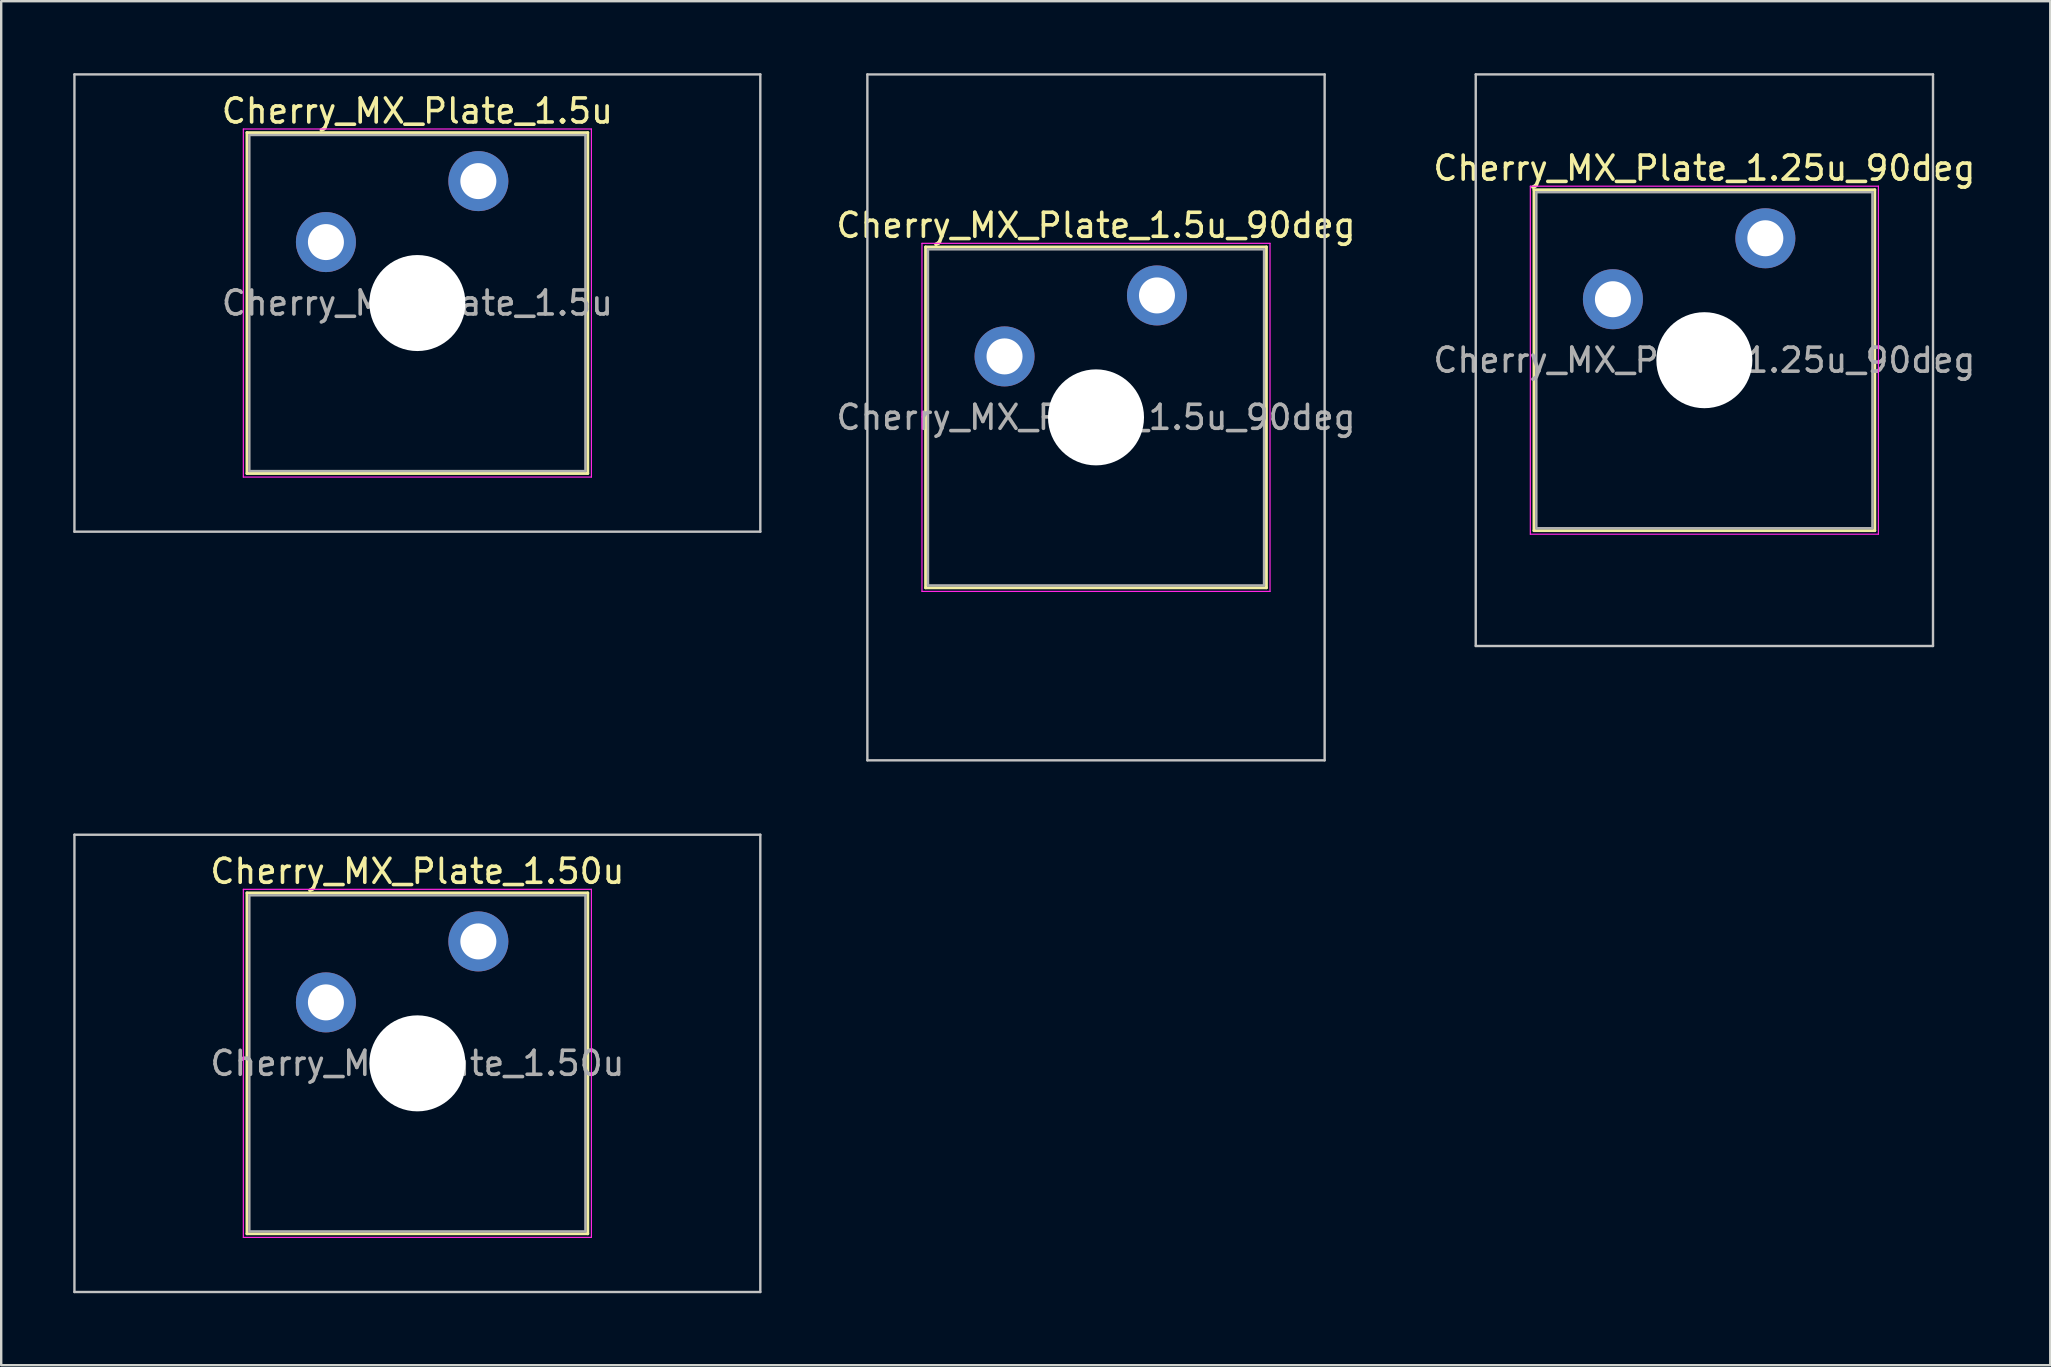
<source format=kicad_pcb>
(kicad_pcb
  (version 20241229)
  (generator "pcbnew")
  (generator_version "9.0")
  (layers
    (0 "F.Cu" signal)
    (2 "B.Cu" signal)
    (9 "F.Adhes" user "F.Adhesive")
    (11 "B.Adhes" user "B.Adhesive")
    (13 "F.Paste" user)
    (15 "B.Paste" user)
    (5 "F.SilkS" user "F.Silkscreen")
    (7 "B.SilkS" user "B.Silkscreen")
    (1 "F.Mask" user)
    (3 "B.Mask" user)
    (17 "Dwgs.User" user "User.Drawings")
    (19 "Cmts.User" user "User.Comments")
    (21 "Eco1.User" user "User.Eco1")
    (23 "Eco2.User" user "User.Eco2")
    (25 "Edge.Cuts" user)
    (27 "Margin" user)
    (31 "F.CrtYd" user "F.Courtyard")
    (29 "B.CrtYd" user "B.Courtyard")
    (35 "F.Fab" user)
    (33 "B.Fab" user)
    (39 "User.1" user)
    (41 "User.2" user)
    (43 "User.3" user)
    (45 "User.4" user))
  (footprint "Cherry_MX_Plate_1.5u"
    (layer "F.Cu")
    (at 14.338 9.575)
    (property "Reference" "Cherry_MX_Plate_1.5u" (at 0 -8 0) (layer "F.SilkS") (effects (font (size 1 1) (thickness 0.15))))
    (attr through_hole)
    (fp_line (start -7.1 -7.1) (end -7.1 7.1) (stroke (width 0.12) (type solid)) (layer "F.SilkS"))
    (fp_line (start -7.1 7.1) (end 7.1 7.1) (stroke (width 0.12) (type solid)) (layer "F.SilkS"))
    (fp_line (start 7.1 -7.1) (end -7.1 -7.1) (stroke (width 0.12) (type solid)) (layer "F.SilkS"))
    (fp_line (start 7.1 7.1) (end 7.1 -7.1) (stroke (width 0.12) (type solid)) (layer "F.SilkS"))
    (fp_line (start -14.287 -9.525) (end -14.287 9.525) (stroke (width 0.1) (type solid)) (layer "Dwgs.User"))
    (fp_line (start -14.287 9.525) (end 14.287 9.525) (stroke (width 0.1) (type solid)) (layer "Dwgs.User"))
    (fp_line (start 14.287 -9.525) (end -14.287 -9.525) (stroke (width 0.1) (type solid)) (layer "Dwgs.User"))
    (fp_line (start 14.287 9.525) (end 14.287 -9.525) (stroke (width 0.1) (type solid)) (layer "Dwgs.User"))
    (fp_line (start -7 -7) (end -7 7) (stroke (width 0.1) (type solid)) (layer "Eco1.User"))
    (fp_line (start -7 7) (end 7 7) (stroke (width 0.1) (type solid)) (layer "Eco1.User"))
    (fp_line (start 7 -7) (end -7 -7) (stroke (width 0.1) (type solid)) (layer "Eco1.User"))
    (fp_line (start 7 7) (end 7 -7) (stroke (width 0.1) (type solid)) (layer "Eco1.User"))
    (fp_line (start -7.25 -7.25) (end -7.25 7.25) (stroke (width 0.05) (type solid)) (layer "F.CrtYd"))
    (fp_line (start -7.25 7.25) (end 7.25 7.25) (stroke (width 0.05) (type solid)) (layer "F.CrtYd"))
    (fp_line (start 7.25 -7.25) (end -7.25 -7.25) (stroke (width 0.05) (type solid)) (layer "F.CrtYd"))
    (fp_line (start 7.25 7.25) (end 7.25 -7.25) (stroke (width 0.05) (type solid)) (layer "F.CrtYd"))
    (fp_line (start -7 -7) (end -7 7) (stroke (width 0.1) (type solid)) (layer "F.Fab"))
    (fp_line (start -7 7) (end 7 7) (stroke (width 0.1) (type solid)) (layer "F.Fab"))
    (fp_line (start 7 -7) (end -7 -7) (stroke (width 0.1) (type solid)) (layer "F.Fab"))
    (fp_line (start 7 7) (end 7 -7) (stroke (width 0.1) (type solid)) (layer "F.Fab"))
    (fp_text user "${REFERENCE}" (at 0 0 0) (layer "F.Fab") (effects (font (size 1 1) (thickness 0.15))))
    (pad "" np_thru_hole circle (at 0 0) (size 4 4) (drill 4) (layers "*.Cu" "*.Mask"))
    (pad "1" thru_hole circle (at -3.81 -2.54) (size 2.5 2.5) (drill 1.5) (layers "*.Cu" "*.Mask"))
    (pad "2" thru_hole circle (at 2.54 -5.08) (size 2.5 2.5) (drill 1.5) (layers "*.Cu" "*.Mask")))
  (footprint "Cherry_MX_Plate_1.5u_90deg"
    (layer "F.Cu")
    (at 42.61 14.338)
    (property "Reference" "Cherry_MX_Plate_1.5u_90deg" (at 0 -8 0) (layer "F.SilkS") (effects (font (size 1 1) (thickness 0.15))))
    (attr through_hole)
    (fp_line (start -7.1 -7.1) (end -7.1 7.1) (stroke (width 0.12) (type solid)) (layer "F.SilkS"))
    (fp_line (start -7.1 7.1) (end 7.1 7.1) (stroke (width 0.12) (type solid)) (layer "F.SilkS"))
    (fp_line (start 7.1 -7.1) (end -7.1 -7.1) (stroke (width 0.12) (type solid)) (layer "F.SilkS"))
    (fp_line (start 7.1 7.1) (end 7.1 -7.1) (stroke (width 0.12) (type solid)) (layer "F.SilkS"))
    (fp_line (start -9.525 -14.287) (end 9.525 -14.287) (stroke (width 0.1) (type solid)) (layer "Dwgs.User"))
    (fp_line (start -9.525 14.287) (end -9.525 -14.287) (stroke (width 0.1) (type solid)) (layer "Dwgs.User"))
    (fp_line (start 9.525 -14.287) (end 9.525 14.287) (stroke (width 0.1) (type solid)) (layer "Dwgs.User"))
    (fp_line (start 9.525 14.287) (end -9.525 14.287) (stroke (width 0.1) (type solid)) (layer "Dwgs.User"))
    (fp_line (start -7 -7) (end -7 7) (stroke (width 0.1) (type solid)) (layer "Eco1.User"))
    (fp_line (start -7 7) (end 7 7) (stroke (width 0.1) (type solid)) (layer "Eco1.User"))
    (fp_line (start 7 -7) (end -7 -7) (stroke (width 0.1) (type solid)) (layer "Eco1.User"))
    (fp_line (start 7 7) (end 7 -7) (stroke (width 0.1) (type solid)) (layer "Eco1.User"))
    (fp_line (start -7.25 -7.25) (end -7.25 7.25) (stroke (width 0.05) (type solid)) (layer "F.CrtYd"))
    (fp_line (start -7.25 7.25) (end 7.25 7.25) (stroke (width 0.05) (type solid)) (layer "F.CrtYd"))
    (fp_line (start 7.25 -7.25) (end -7.25 -7.25) (stroke (width 0.05) (type solid)) (layer "F.CrtYd"))
    (fp_line (start 7.25 7.25) (end 7.25 -7.25) (stroke (width 0.05) (type solid)) (layer "F.CrtYd"))
    (fp_line (start -7 -7) (end -7 7) (stroke (width 0.1) (type solid)) (layer "F.Fab"))
    (fp_line (start -7 7) (end 7 7) (stroke (width 0.1) (type solid)) (layer "F.Fab"))
    (fp_line (start 7 -7) (end -7 -7) (stroke (width 0.1) (type solid)) (layer "F.Fab"))
    (fp_line (start 7 7) (end 7 -7) (stroke (width 0.1) (type solid)) (layer "F.Fab"))
    (fp_text user "${REFERENCE}" (at 0 0 0) (layer "F.Fab") (effects (font (size 1 1) (thickness 0.15))))
    (pad "" np_thru_hole circle (at 0 0) (size 4 4) (drill 4) (layers "*.Cu" "*.Mask"))
    (pad "1" thru_hole circle (at -3.81 -2.54) (size 2.5 2.5) (drill 1.5) (layers "*.Cu" "*.Mask"))
    (pad "2" thru_hole circle (at 2.54 -5.08) (size 2.5 2.5) (drill 1.5) (layers "*.Cu" "*.Mask")))
  (footprint "Cherry_MX_Plate_1.50u"
    (layer "F.Cu")
    (at 14.338 41.25)
    (property "Reference" "Cherry_MX_Plate_1.50u" (at 0 -8 0) (layer "F.SilkS") (effects (font (size 1 1) (thickness 0.15))))
    (attr through_hole)
    (fp_line (start -7.1 -7.1) (end -7.1 7.1) (stroke (width 0.12) (type solid)) (layer "F.SilkS"))
    (fp_line (start -7.1 7.1) (end 7.1 7.1) (stroke (width 0.12) (type solid)) (layer "F.SilkS"))
    (fp_line (start 7.1 -7.1) (end -7.1 -7.1) (stroke (width 0.12) (type solid)) (layer "F.SilkS"))
    (fp_line (start 7.1 7.1) (end 7.1 -7.1) (stroke (width 0.12) (type solid)) (layer "F.SilkS"))
    (fp_line (start -14.287 -9.525) (end -14.287 9.525) (stroke (width 0.1) (type solid)) (layer "Dwgs.User"))
    (fp_line (start -14.287 9.525) (end 14.287 9.525) (stroke (width 0.1) (type solid)) (layer "Dwgs.User"))
    (fp_line (start 14.287 -9.525) (end -14.287 -9.525) (stroke (width 0.1) (type solid)) (layer "Dwgs.User"))
    (fp_line (start 14.287 9.525) (end 14.287 -9.525) (stroke (width 0.1) (type solid)) (layer "Dwgs.User"))
    (fp_line (start -7 -7) (end -7 7) (stroke (width 0.1) (type solid)) (layer "Eco1.User"))
    (fp_line (start -7 7) (end 7 7) (stroke (width 0.1) (type solid)) (layer "Eco1.User"))
    (fp_line (start 7 -7) (end -7 -7) (stroke (width 0.1) (type solid)) (layer "Eco1.User"))
    (fp_line (start 7 7) (end 7 -7) (stroke (width 0.1) (type solid)) (layer "Eco1.User"))
    (fp_line (start -7.25 -7.25) (end -7.25 7.25) (stroke (width 0.05) (type solid)) (layer "F.CrtYd"))
    (fp_line (start -7.25 7.25) (end 7.25 7.25) (stroke (width 0.05) (type solid)) (layer "F.CrtYd"))
    (fp_line (start 7.25 -7.25) (end -7.25 -7.25) (stroke (width 0.05) (type solid)) (layer "F.CrtYd"))
    (fp_line (start 7.25 7.25) (end 7.25 -7.25) (stroke (width 0.05) (type solid)) (layer "F.CrtYd"))
    (fp_line (start -7 -7) (end -7 7) (stroke (width 0.1) (type solid)) (layer "F.Fab"))
    (fp_line (start -7 7) (end 7 7) (stroke (width 0.1) (type solid)) (layer "F.Fab"))
    (fp_line (start 7 -7) (end -7 -7) (stroke (width 0.1) (type solid)) (layer "F.Fab"))
    (fp_line (start 7 7) (end 7 -7) (stroke (width 0.1) (type solid)) (layer "F.Fab"))
    (fp_text user "${REFERENCE}" (at 0 0 0) (layer "F.Fab") (effects (font (size 1 1) (thickness 0.15))))
    (pad "" np_thru_hole circle (at 0 0) (size 4 4) (drill 4) (layers "*.Cu" "*.Mask"))
    (pad "1" thru_hole circle (at -3.81 -2.54) (size 2.5 2.5) (drill 1.5) (layers "*.Cu" "*.Mask"))
    (pad "2" thru_hole circle (at 2.54 -5.08) (size 2.5 2.5) (drill 1.5) (layers "*.Cu" "*.Mask")))
  (footprint "Cherry_MX_Plate_1.25u_90deg"
    (layer "F.Cu")
    (at 67.955 11.956)
    (property "Reference" "Cherry_MX_Plate_1.25u_90deg" (at 0 -8 0) (layer "F.SilkS") (effects (font (size 1 1) (thickness 0.15))))
    (attr through_hole)
    (fp_line (start -7.1 -7.1) (end -7.1 7.1) (stroke (width 0.12) (type solid)) (layer "F.SilkS"))
    (fp_line (start -7.1 7.1) (end 7.1 7.1) (stroke (width 0.12) (type solid)) (layer "F.SilkS"))
    (fp_line (start 7.1 -7.1) (end -7.1 -7.1) (stroke (width 0.12) (type solid)) (layer "F.SilkS"))
    (fp_line (start 7.1 7.1) (end 7.1 -7.1) (stroke (width 0.12) (type solid)) (layer "F.SilkS"))
    (fp_line (start -9.525 -11.906) (end 9.525 -11.906) (stroke (width 0.1) (type solid)) (layer "Dwgs.User"))
    (fp_line (start -9.525 11.906) (end -9.525 -11.906) (stroke (width 0.1) (type solid)) (layer "Dwgs.User"))
    (fp_line (start 9.525 -11.906) (end 9.525 11.906) (stroke (width 0.1) (type solid)) (layer "Dwgs.User"))
    (fp_line (start 9.525 11.906) (end -9.525 11.906) (stroke (width 0.1) (type solid)) (layer "Dwgs.User"))
    (fp_line (start -7 -7) (end -7 7) (stroke (width 0.1) (type solid)) (layer "Eco1.User"))
    (fp_line (start -7 7) (end 7 7) (stroke (width 0.1) (type solid)) (layer "Eco1.User"))
    (fp_line (start 7 -7) (end -7 -7) (stroke (width 0.1) (type solid)) (layer "Eco1.User"))
    (fp_line (start 7 7) (end 7 -7) (stroke (width 0.1) (type solid)) (layer "Eco1.User"))
    (fp_line (start -7.25 -7.25) (end -7.25 7.25) (stroke (width 0.05) (type solid)) (layer "F.CrtYd"))
    (fp_line (start -7.25 7.25) (end 7.25 7.25) (stroke (width 0.05) (type solid)) (layer "F.CrtYd"))
    (fp_line (start 7.25 -7.25) (end -7.25 -7.25) (stroke (width 0.05) (type solid)) (layer "F.CrtYd"))
    (fp_line (start 7.25 7.25) (end 7.25 -7.25) (stroke (width 0.05) (type solid)) (layer "F.CrtYd"))
    (fp_line (start -7 -7) (end -7 7) (stroke (width 0.1) (type solid)) (layer "F.Fab"))
    (fp_line (start -7 7) (end 7 7) (stroke (width 0.1) (type solid)) (layer "F.Fab"))
    (fp_line (start 7 -7) (end -7 -7) (stroke (width 0.1) (type solid)) (layer "F.Fab"))
    (fp_line (start 7 7) (end 7 -7) (stroke (width 0.1) (type solid)) (layer "F.Fab"))
    (fp_text user "${REFERENCE}" (at 0 0 0) (layer "F.Fab") (effects (font (size 1 1) (thickness 0.15))))
    (pad "" np_thru_hole circle (at 0 0) (size 4 4) (drill 4) (layers "*.Cu" "*.Mask"))
    (pad "1" thru_hole circle (at -3.81 -2.54) (size 2.5 2.5) (drill 1.5) (layers "*.Cu" "*.Mask"))
    (pad "2" thru_hole circle (at 2.54 -5.08) (size 2.5 2.5) (drill 1.5) (layers "*.Cu" "*.Mask")))
  (gr_rect
    (start -3 -3)
    (end 82.365 53.825)
    (stroke (width 0.1) (type default))
    (fill no)
    (layer "Edge.Cuts")))
</source>
